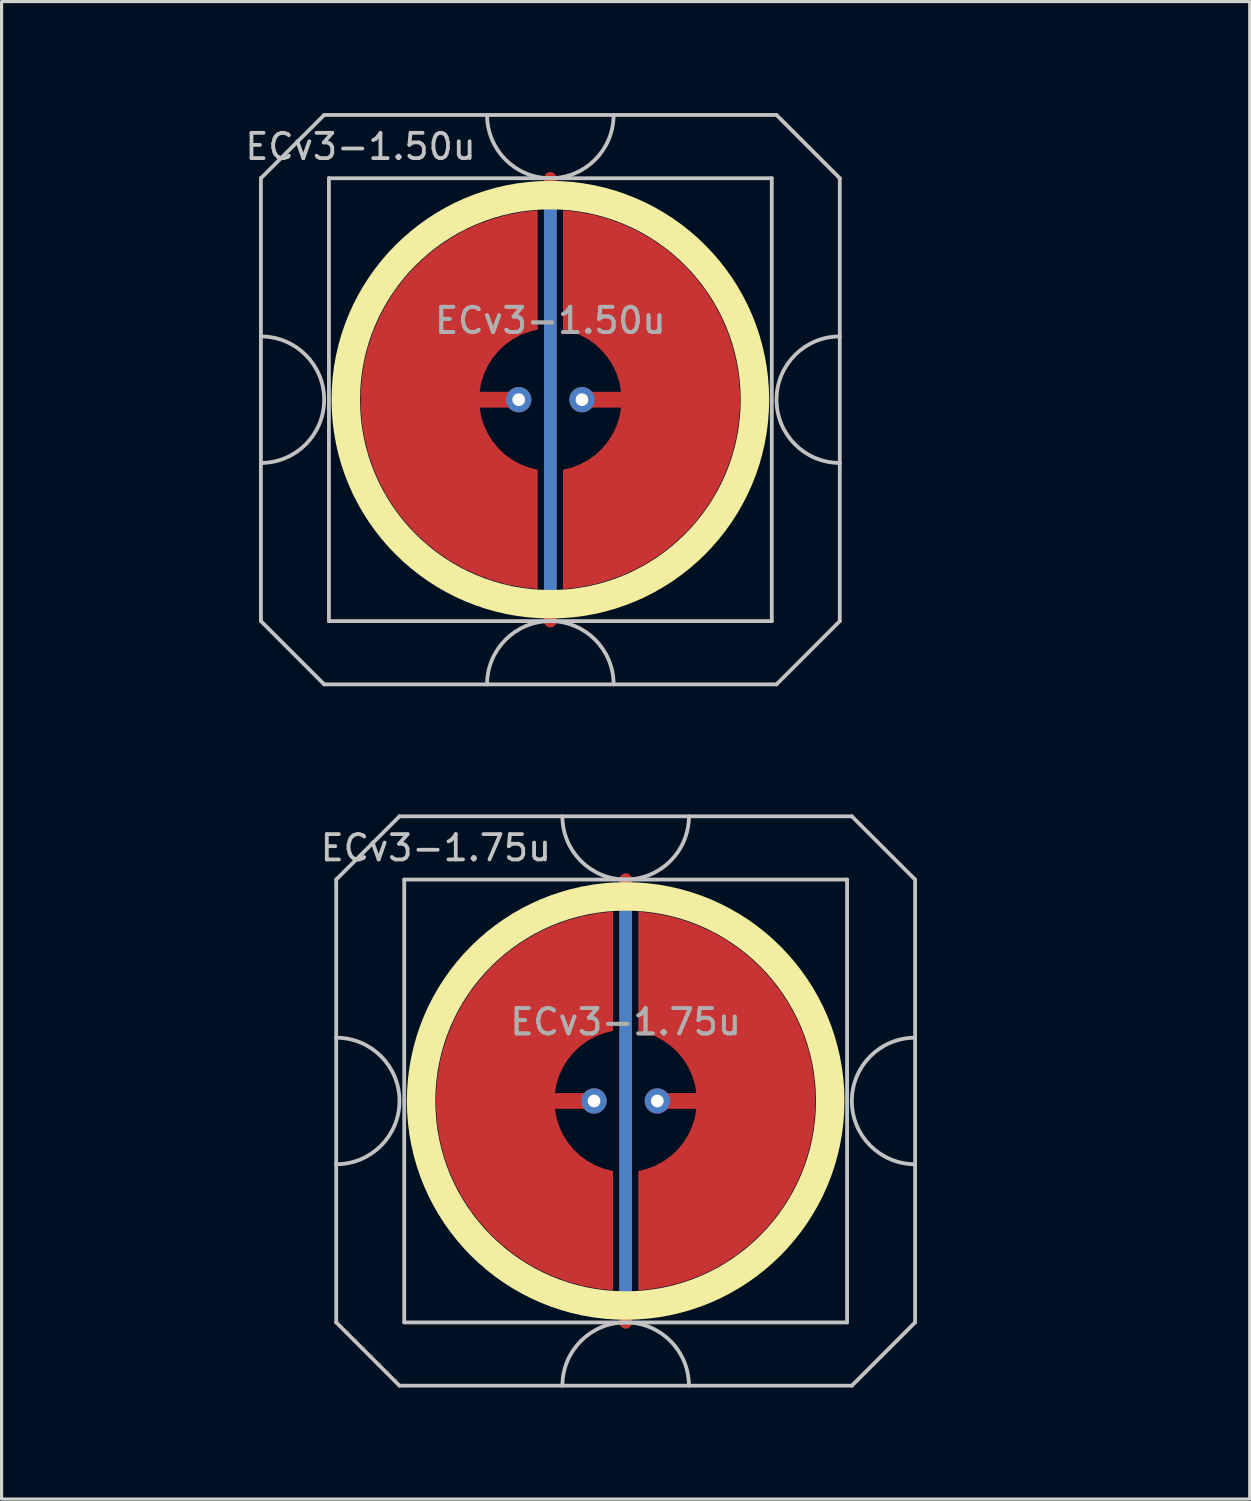
<source format=kicad_pcb>
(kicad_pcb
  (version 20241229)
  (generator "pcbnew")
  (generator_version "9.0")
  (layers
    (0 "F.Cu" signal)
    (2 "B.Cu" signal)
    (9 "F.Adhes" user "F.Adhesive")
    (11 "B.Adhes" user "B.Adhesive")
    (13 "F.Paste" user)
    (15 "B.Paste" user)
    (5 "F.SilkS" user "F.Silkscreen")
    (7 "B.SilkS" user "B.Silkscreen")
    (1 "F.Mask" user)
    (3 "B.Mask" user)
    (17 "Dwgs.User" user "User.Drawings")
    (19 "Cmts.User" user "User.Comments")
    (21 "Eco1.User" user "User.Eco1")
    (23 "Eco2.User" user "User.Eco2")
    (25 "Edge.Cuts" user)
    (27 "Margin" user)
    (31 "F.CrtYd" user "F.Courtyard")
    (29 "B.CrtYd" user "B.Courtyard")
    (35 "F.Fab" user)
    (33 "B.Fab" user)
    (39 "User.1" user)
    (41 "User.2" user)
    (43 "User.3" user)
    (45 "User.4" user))
  (footprint "ECv3-1.50u"
    (layer "F.Cu")
    (at 14.348 9.585)
    (property "Reference" "ECv3-1.50u" (at -6 -8 0) (layer "Dwgs.User") (effects (font (size 0.8 0.8) (thickness 0.12))))
    (attr through_hole exclude_from_pos_files exclude_from_bom)
    (fp_circle (center 0 0) (end 6.467 0) (stroke (width 0.9) (type solid)) (fill no) (layer "F.SilkS"))
    (fp_line (start -9.15 -7) (end -9.15 -2) (stroke (width 0.12) (type solid)) (layer "Dwgs.User"))
    (fp_line (start -9.15 -2) (end -9.15 2) (stroke (width 0.12) (type solid)) (layer "Dwgs.User"))
    (fp_line (start -9.15 2) (end -9.15 7) (stroke (width 0.12) (type solid)) (layer "Dwgs.User"))
    (fp_line (start -9.15 7) (end -7.15 9) (stroke (width 0.12) (type solid)) (layer "Dwgs.User"))
    (fp_line (start -7.15 -9) (end -9.15 -7) (stroke (width 0.12) (type solid)) (layer "Dwgs.User"))
    (fp_line (start -7.15 9) (end 7.15 9) (stroke (width 0.12) (type solid)) (layer "Dwgs.User"))
    (fp_line (start -7 -7) (end -7 7) (stroke (width 0.12) (type solid)) (layer "Dwgs.User"))
    (fp_line (start -7 7) (end 7 7) (stroke (width 0.12) (type solid)) (layer "Dwgs.User"))
    (fp_line (start 7 -7) (end -7 -7) (stroke (width 0.12) (type solid)) (layer "Dwgs.User"))
    (fp_line (start 7 7) (end 7 -7) (stroke (width 0.12) (type solid)) (layer "Dwgs.User"))
    (fp_line (start 7.15 -9) (end -7.15 -9) (stroke (width 0.12) (type solid)) (layer "Dwgs.User"))
    (fp_line (start 7.15 -9) (end 9.15 -7) (stroke (width 0.12) (type solid)) (layer "Dwgs.User"))
    (fp_line (start 7.15 9) (end 9.15 7) (stroke (width 0.12) (type solid)) (layer "Dwgs.User"))
    (fp_line (start 9.15 -2) (end 9.15 -7) (stroke (width 0.12) (type solid)) (layer "Dwgs.User"))
    (fp_line (start 9.15 -2) (end 9.15 2) (stroke (width 0.12) (type solid)) (layer "Dwgs.User"))
    (fp_line (start 9.15 7) (end 9.15 2) (stroke (width 0.12) (type solid)) (layer "Dwgs.User"))
    (fp_arc (start -9.15 -2) (mid -7.15 0) (end -9.15 2) (stroke (width 0.12) (type solid)) (layer "Dwgs.User"))
    (fp_arc (start -2 9) (mid 0 7) (end 2 9) (stroke (width 0.12) (type solid)) (layer "Dwgs.User"))
    (fp_arc (start 2 -9) (mid 0 -7) (end -2 -9) (stroke (width 0.12) (type solid)) (layer "Dwgs.User"))
    (fp_arc (start 9.15 2) (mid 7.15 0) (end 9.15 -2) (stroke (width 0.12) (type solid)) (layer "Dwgs.User"))
    (fp_line (start -14.287 -9.525) (end -14.287 9.525) (stroke (width 0.12) (type solid)) (layer "User.2"))
    (fp_line (start -14.287 -9.525) (end 14.287 -9.525) (stroke (width 0.12) (type solid)) (layer "User.2"))
    (fp_line (start -14.287 9.525) (end 14.287 9.525) (stroke (width 0.12) (type solid)) (layer "User.2"))
    (fp_line (start 14.287 -9.525) (end 14.287 9.525) (stroke (width 0.12) (type solid)) (layer "User.2"))
    (fp_text user "${REFERENCE}" (at 0 -2.5 0) (layer "F.Fab") (effects (font (size 0.8 0.8) (thickness 0.12))))
    (fp_text user "${REFERENCE}" (at 0 -2.5 0) (layer "F.Fab") (effects (font (size 0.8 0.8) (thickness 0.12))))
    (pad "1" smd custom (at -1 0) (size 0.4 0.4) (layers "F.Cu") (options (anchor circle)) (primitives (gr_poly (pts (xy 0.6 -2.214) (xy 0.32 -2.145) (xy 0.052 -2.041) (xy -0.201 -1.903) (xy -0.434 -1.734) (xy -0.644 -1.536) (xy -0.826 -1.314) (xy -0.979 -1.07) (xy -1.1 -0.808) (xy -1.186 -0.534) (xy -1.236 -0.25) (xy 0 -0.25) (xy 0.096 -0.231) (xy 0.177 -0.177) (xy 0.231 -0.096) (xy 0.25 0) (xy 0.231 0.096) (xy 0.177 0.177) (xy 0.096 0.231) (xy 0 0.25) (xy -1.236 0.25) (xy -1.186 0.534) (xy -1.1 0.808) (xy -0.979 1.07) (xy -0.826 1.314) (xy -0.644 1.536) (xy -0.434 1.734) (xy -0.201 1.903) (xy 0.052 2.041) (xy 0.32 2.145) (xy 0.6 2.214) (xy 0.6 5.987) (xy 0.115 5.934) (xy -0.364 5.843) (xy -0.834 5.713) (xy -1.292 5.545) (xy -1.735 5.341) (xy -2.159 5.101) (xy -2.563 4.827) (xy -2.943 4.522) (xy -3.298 4.187) (xy -3.623 3.824) (xy -3.919 3.436) (xy -4.182 3.025) (xy -4.41 2.594) (xy -4.603 2.147) (xy -4.759 1.684) (xy -4.876 1.211) (xy -4.955 0.73) (xy -4.995 0.244) (xy -4.995 -0.244) (xy -4.955 -0.73) (xy -4.876 -1.211) (xy -4.759 -1.684) (xy -4.603 -2.147) (xy -4.41 -2.594) (xy -4.182 -3.025) (xy -3.919 -3.436) (xy -3.623 -3.824) (xy -3.298 -4.187) (xy -2.943 -4.522) (xy -2.563 -4.827) (xy -2.159 -5.101) (xy -1.735 -5.341) (xy -1.292 -5.545) (xy -0.834 -5.713) (xy -0.364 -5.843) (xy 0.115 -5.934) (xy 0.6 -5.987)) (width 0) (fill yes))))
    (pad "1" thru_hole circle (at -1 0) (size 0.8 0.8) (drill 0.4) (layers "*.Cu"))
    (pad "2" smd custom (at 1 0 180) (size 0.4 0.4) (layers "F.Cu") (options (anchor circle)) (primitives (gr_poly (pts (xy 0.6 -2.214) (xy 0.32 -2.145) (xy 0.052 -2.041) (xy -0.201 -1.903) (xy -0.434 -1.734) (xy -0.644 -1.536) (xy -0.826 -1.314) (xy -0.979 -1.07) (xy -1.1 -0.808) (xy -1.186 -0.534) (xy -1.236 -0.25) (xy 0 -0.25) (xy 0.096 -0.231) (xy 0.177 -0.177) (xy 0.231 -0.096) (xy 0.25 0) (xy 0.231 0.096) (xy 0.177 0.177) (xy 0.096 0.231) (xy 0 0.25) (xy -1.236 0.25) (xy -1.186 0.534) (xy -1.1 0.808) (xy -0.979 1.07) (xy -0.826 1.314) (xy -0.644 1.536) (xy -0.434 1.734) (xy -0.201 1.903) (xy 0.052 2.041) (xy 0.32 2.145) (xy 0.6 2.214) (xy 0.6 5.987) (xy 0.115 5.934) (xy -0.364 5.843) (xy -0.834 5.713) (xy -1.292 5.545) (xy -1.735 5.341) (xy -2.159 5.101) (xy -2.563 4.827) (xy -2.943 4.522) (xy -3.298 4.187) (xy -3.623 3.824) (xy -3.919 3.436) (xy -4.182 3.025) (xy -4.41 2.594) (xy -4.603 2.147) (xy -4.759 1.684) (xy -4.876 1.211) (xy -4.955 0.73) (xy -4.995 0.244) (xy -4.995 -0.244) (xy -4.955 -0.73) (xy -4.876 -1.211) (xy -4.759 -1.684) (xy -4.603 -2.147) (xy -4.41 -2.594) (xy -4.182 -3.025) (xy -3.919 -3.436) (xy -3.623 -3.824) (xy -3.298 -4.187) (xy -2.943 -4.522) (xy -2.563 -4.827) (xy -2.159 -5.101) (xy -1.735 -5.341) (xy -1.292 -5.545) (xy -0.834 -5.713) (xy -0.364 -5.843) (xy 0.115 -5.934) (xy 0.6 -5.987)) (width 0) (fill yes))))
    (pad "2" thru_hole circle (at 1 0) (size 0.8 0.8) (drill 0.4) (layers "*.Cu"))
    (pad "3" smd custom (at 0 0) (size 0.4 0.4) (layers "F.Cu") (options (anchor rect)) (primitives (gr_line (start 0 -7) (end 0 7) (width 0.4))))
    (pad "3" smd custom (at 0 0) (size 0.4 0.4) (layers "B.Cu") (options (anchor rect)) (primitives (gr_line (start 0 -6.5) (end 0 6.5) (width 0.4))))
    (zone (net_name "") (layer "F.Cu") (hatch edge 0.508) (connect_pads) (min_thickness 0.254) (filled_areas_thickness no) (keepout (tracks allowed) (vias allowed) (pads allowed) (copperpour not_allowed) (footprints allowed)) (placement (enabled no)) (fill) (polygon (pts (xy 21.352 9.585) (xy 21.334 9.072) (xy 21.277 8.562) (xy 21.184 8.057) (xy 21.053 7.56) (xy 20.887 7.075) (xy 20.686 6.602) (xy 20.45 6.146) (xy 20.182 5.709) (xy 19.882 5.292) (xy 19.553 4.898) (xy 19.196 4.529) (xy 18.813 4.188) (xy 18.405 3.875) (xy 17.976 3.593) (xy 17.528 3.344) (xy 17.062 3.127) (xy 16.582 2.946) (xy 16.09 2.8) (xy 15.588 2.691) (xy 15.08 2.618) (xy 14.568 2.584) (xy 14.054 2.586) (xy 13.542 2.627) (xy 13.035 2.704) (xy 12.534 2.819) (xy 12.044 2.97) (xy 11.566 3.156) (xy 11.102 3.377) (xy 10.656 3.632) (xy 10.23 3.918) (xy 9.826 4.235) (xy 9.446 4.58) (xy 9.093 4.953) (xy 8.768 5.35) (xy 8.473 5.77) (xy 8.209 6.21) (xy 7.978 6.669) (xy 7.782 7.143) (xy 7.621 7.631) (xy 7.496 8.129) (xy 7.407 8.634) (xy 7.356 9.145) (xy 7.343 9.658) (xy 7.367 10.171) (xy 7.429 10.681) (xy 7.528 11.185) (xy 7.663 11.68) (xy 7.835 12.164) (xy 8.041 12.634) (xy 8.281 13.087) (xy 8.554 13.522) (xy 8.858 13.936) (xy 9.191 14.326) (xy 9.552 14.691) (xy 9.939 15.029) (xy 10.35 15.337) (xy 10.782 15.614) (xy 11.233 15.859) (xy 11.701 16.071) (xy 12.183 16.247) (xy 12.677 16.388) (xy 13.179 16.492) (xy 13.688 16.559) (xy 14.201 16.588) (xy 14.714 16.58) (xy 15.225 16.535) (xy 15.732 16.452) (xy 16.231 16.332) (xy 16.72 16.176) (xy 17.197 15.984) (xy 17.658 15.758) (xy 18.101 15.499) (xy 18.524 15.209) (xy 18.925 14.888) (xy 19.301 14.538) (xy 19.65 14.162) (xy 19.971 13.761) (xy 20.262 13.338) (xy 20.521 12.895) (xy 20.747 12.434) (xy 20.938 11.958) (xy 21.094 11.469) (xy 21.214 10.97) (xy 21.297 10.463) (xy 21.343 9.952))))
    (zone (net_name "") (layer "B.Cu") (hatch edge 0.508) (connect_pads) (min_thickness 0.254) (filled_areas_thickness no) (keepout (tracks allowed) (vias allowed) (pads allowed) (copperpour not_allowed) (footprints allowed)) (placement (enabled no)) (fill) (polygon (pts (xy 20.906 9.585) (xy 20.886 9.07) (xy 20.825 8.559) (xy 20.725 8.054) (xy 20.585 7.558) (xy 20.407 7.075) (xy 20.191 6.608) (xy 19.939 6.158) (xy 19.653 5.73) (xy 19.334 5.326) (xy 18.985 4.948) (xy 18.607 4.598) (xy 18.202 4.279) (xy 17.774 3.993) (xy 17.325 3.742) (xy 16.857 3.526) (xy 16.374 3.348) (xy 15.878 3.208) (xy 15.373 3.107) (xy 14.862 3.047) (xy 14.348 3.027) (xy 13.833 3.047) (xy 13.322 3.107) (xy 12.817 3.208) (xy 12.321 3.348) (xy 11.838 3.526) (xy 11.37 3.742) (xy 10.921 3.993) (xy 10.493 4.279) (xy 10.088 4.598) (xy 9.71 4.948) (xy 9.361 5.326) (xy 9.042 5.73) (xy 8.756 6.158) (xy 8.504 6.608) (xy 8.288 7.075) (xy 8.11 7.558) (xy 7.97 8.054) (xy 7.87 8.559) (xy 7.809 9.07) (xy 7.789 9.585) (xy 7.809 10.1) (xy 7.87 10.611) (xy 7.97 11.116) (xy 8.11 11.612) (xy 8.288 12.095) (xy 8.504 12.562) (xy 8.756 13.012) (xy 9.042 13.44) (xy 9.361 13.844) (xy 9.71 14.222) (xy 10.088 14.572) (xy 10.493 14.891) (xy 10.921 15.177) (xy 11.37 15.428) (xy 11.838 15.644) (xy 12.321 15.822) (xy 12.817 15.962) (xy 13.322 16.063) (xy 13.833 16.123) (xy 14.348 16.143) (xy 14.862 16.123) (xy 15.373 16.063) (xy 15.878 15.962) (xy 16.374 15.822) (xy 16.857 15.644) (xy 17.325 15.428) (xy 17.774 15.177) (xy 18.202 14.891) (xy 18.607 14.572) (xy 18.985 14.222) (xy 19.334 13.844) (xy 19.653 13.44) (xy 19.939 13.012) (xy 20.191 12.562) (xy 20.407 12.095) (xy 20.585 11.612) (xy 20.725 11.116) (xy 20.825 10.611) (xy 20.886 10.1)))))
  (footprint "ECv3-1.75u"
    (layer "F.Cu")
    (at 16.729 31.755)
    (property "Reference" "ECv3-1.75u" (at -6 -8 0) (layer "Dwgs.User") (effects (font (size 0.8 0.8) (thickness 0.12))))
    (attr through_hole exclude_from_pos_files exclude_from_bom)
    (fp_circle (center 0 0) (end 6.467 0) (stroke (width 0.9) (type solid)) (fill no) (layer "F.SilkS"))
    (fp_line (start -9.15 -7) (end -9.15 -2) (stroke (width 0.12) (type solid)) (layer "Dwgs.User"))
    (fp_line (start -9.15 -2) (end -9.15 2) (stroke (width 0.12) (type solid)) (layer "Dwgs.User"))
    (fp_line (start -9.15 2) (end -9.15 7) (stroke (width 0.12) (type solid)) (layer "Dwgs.User"))
    (fp_line (start -9.15 7) (end -7.15 9) (stroke (width 0.12) (type solid)) (layer "Dwgs.User"))
    (fp_line (start -7.15 -9) (end -9.15 -7) (stroke (width 0.12) (type solid)) (layer "Dwgs.User"))
    (fp_line (start -7.15 9) (end 7.15 9) (stroke (width 0.12) (type solid)) (layer "Dwgs.User"))
    (fp_line (start -7 -7) (end -7 7) (stroke (width 0.12) (type solid)) (layer "Dwgs.User"))
    (fp_line (start -7 7) (end 7 7) (stroke (width 0.12) (type solid)) (layer "Dwgs.User"))
    (fp_line (start 7 -7) (end -7 -7) (stroke (width 0.12) (type solid)) (layer "Dwgs.User"))
    (fp_line (start 7 7) (end 7 -7) (stroke (width 0.12) (type solid)) (layer "Dwgs.User"))
    (fp_line (start 7.15 -9) (end -7.15 -9) (stroke (width 0.12) (type solid)) (layer "Dwgs.User"))
    (fp_line (start 7.15 -9) (end 9.15 -7) (stroke (width 0.12) (type solid)) (layer "Dwgs.User"))
    (fp_line (start 7.15 9) (end 9.15 7) (stroke (width 0.12) (type solid)) (layer "Dwgs.User"))
    (fp_line (start 9.15 -2) (end 9.15 -7) (stroke (width 0.12) (type solid)) (layer "Dwgs.User"))
    (fp_line (start 9.15 -2) (end 9.15 2) (stroke (width 0.12) (type solid)) (layer "Dwgs.User"))
    (fp_line (start 9.15 7) (end 9.15 2) (stroke (width 0.12) (type solid)) (layer "Dwgs.User"))
    (fp_arc (start -9.15 -2) (mid -7.15 0) (end -9.15 2) (stroke (width 0.12) (type solid)) (layer "Dwgs.User"))
    (fp_arc (start -2 9) (mid 0 7) (end 2 9) (stroke (width 0.12) (type solid)) (layer "Dwgs.User"))
    (fp_arc (start 2 -9) (mid 0 -7) (end -2 -9) (stroke (width 0.12) (type solid)) (layer "Dwgs.User"))
    (fp_arc (start 9.15 2) (mid 7.15 0) (end 9.15 -2) (stroke (width 0.12) (type solid)) (layer "Dwgs.User"))
    (fp_line (start -16.669 -9.525) (end -16.669 9.525) (stroke (width 0.12) (type solid)) (layer "User.2"))
    (fp_line (start -16.669 -9.525) (end 16.669 -9.525) (stroke (width 0.12) (type solid)) (layer "User.2"))
    (fp_line (start -16.669 9.525) (end 16.669 9.525) (stroke (width 0.12) (type solid)) (layer "User.2"))
    (fp_line (start 16.669 -9.525) (end 16.669 9.525) (stroke (width 0.12) (type solid)) (layer "User.2"))
    (fp_text user "${REFERENCE}" (at 0 -2.5 0) (layer "F.Fab") (effects (font (size 0.8 0.8) (thickness 0.12))))
    (fp_text user "${REFERENCE}" (at 0 -2.5 0) (layer "F.Fab") (effects (font (size 0.8 0.8) (thickness 0.12))))
    (pad "1" smd custom (at -1 0) (size 0.4 0.4) (layers "F.Cu") (options (anchor circle)) (primitives (gr_poly (pts (xy 0.6 -2.214) (xy 0.32 -2.145) (xy 0.052 -2.041) (xy -0.201 -1.903) (xy -0.434 -1.734) (xy -0.644 -1.536) (xy -0.826 -1.314) (xy -0.979 -1.07) (xy -1.1 -0.808) (xy -1.186 -0.534) (xy -1.236 -0.25) (xy 0 -0.25) (xy 0.096 -0.231) (xy 0.177 -0.177) (xy 0.231 -0.096) (xy 0.25 0) (xy 0.231 0.096) (xy 0.177 0.177) (xy 0.096 0.231) (xy 0 0.25) (xy -1.236 0.25) (xy -1.186 0.534) (xy -1.1 0.808) (xy -0.979 1.07) (xy -0.826 1.314) (xy -0.644 1.536) (xy -0.434 1.734) (xy -0.201 1.903) (xy 0.052 2.041) (xy 0.32 2.145) (xy 0.6 2.214) (xy 0.6 5.987) (xy 0.115 5.934) (xy -0.364 5.843) (xy -0.834 5.713) (xy -1.292 5.545) (xy -1.735 5.341) (xy -2.159 5.101) (xy -2.563 4.827) (xy -2.943 4.522) (xy -3.298 4.187) (xy -3.623 3.824) (xy -3.919 3.436) (xy -4.182 3.025) (xy -4.41 2.594) (xy -4.603 2.147) (xy -4.759 1.684) (xy -4.876 1.211) (xy -4.955 0.73) (xy -4.995 0.244) (xy -4.995 -0.244) (xy -4.955 -0.73) (xy -4.876 -1.211) (xy -4.759 -1.684) (xy -4.603 -2.147) (xy -4.41 -2.594) (xy -4.182 -3.025) (xy -3.919 -3.436) (xy -3.623 -3.824) (xy -3.298 -4.187) (xy -2.943 -4.522) (xy -2.563 -4.827) (xy -2.159 -5.101) (xy -1.735 -5.341) (xy -1.292 -5.545) (xy -0.834 -5.713) (xy -0.364 -5.843) (xy 0.115 -5.934) (xy 0.6 -5.987)) (width 0) (fill yes))))
    (pad "1" thru_hole circle (at -1 0) (size 0.8 0.8) (drill 0.4) (layers "*.Cu"))
    (pad "2" smd custom (at 1 0 180) (size 0.4 0.4) (layers "F.Cu") (options (anchor circle)) (primitives (gr_poly (pts (xy 0.6 -2.214) (xy 0.32 -2.145) (xy 0.052 -2.041) (xy -0.201 -1.903) (xy -0.434 -1.734) (xy -0.644 -1.536) (xy -0.826 -1.314) (xy -0.979 -1.07) (xy -1.1 -0.808) (xy -1.186 -0.534) (xy -1.236 -0.25) (xy 0 -0.25) (xy 0.096 -0.231) (xy 0.177 -0.177) (xy 0.231 -0.096) (xy 0.25 0) (xy 0.231 0.096) (xy 0.177 0.177) (xy 0.096 0.231) (xy 0 0.25) (xy -1.236 0.25) (xy -1.186 0.534) (xy -1.1 0.808) (xy -0.979 1.07) (xy -0.826 1.314) (xy -0.644 1.536) (xy -0.434 1.734) (xy -0.201 1.903) (xy 0.052 2.041) (xy 0.32 2.145) (xy 0.6 2.214) (xy 0.6 5.987) (xy 0.115 5.934) (xy -0.364 5.843) (xy -0.834 5.713) (xy -1.292 5.545) (xy -1.735 5.341) (xy -2.159 5.101) (xy -2.563 4.827) (xy -2.943 4.522) (xy -3.298 4.187) (xy -3.623 3.824) (xy -3.919 3.436) (xy -4.182 3.025) (xy -4.41 2.594) (xy -4.603 2.147) (xy -4.759 1.684) (xy -4.876 1.211) (xy -4.955 0.73) (xy -4.995 0.244) (xy -4.995 -0.244) (xy -4.955 -0.73) (xy -4.876 -1.211) (xy -4.759 -1.684) (xy -4.603 -2.147) (xy -4.41 -2.594) (xy -4.182 -3.025) (xy -3.919 -3.436) (xy -3.623 -3.824) (xy -3.298 -4.187) (xy -2.943 -4.522) (xy -2.563 -4.827) (xy -2.159 -5.101) (xy -1.735 -5.341) (xy -1.292 -5.545) (xy -0.834 -5.713) (xy -0.364 -5.843) (xy 0.115 -5.934) (xy 0.6 -5.987)) (width 0) (fill yes))))
    (pad "2" thru_hole circle (at 1 0) (size 0.8 0.8) (drill 0.4) (layers "*.Cu"))
    (pad "3" smd custom (at 0 0) (size 0.4 0.4) (layers "F.Cu") (options (anchor rect)) (primitives (gr_line (start 0 -7) (end 0 7) (width 0.4))))
    (pad "3" smd custom (at 0 0) (size 0.4 0.4) (layers "B.Cu") (options (anchor rect)) (primitives (gr_line (start 0 -6.5) (end 0 6.5) (width 0.4))))
    (zone (net_name "") (layer "F.Cu") (hatch edge 0.508) (connect_pads) (min_thickness 0.254) (filled_areas_thickness no) (keepout (tracks allowed) (vias allowed) (pads allowed) (copperpour not_allowed) (footprints allowed)) (placement (enabled no)) (fill) (polygon (pts (xy 23.734 31.755) (xy 23.715 31.242) (xy 23.659 30.732) (xy 23.565 30.227) (xy 23.435 29.73) (xy 23.268 29.245) (xy 23.067 28.772) (xy 22.832 28.316) (xy 22.563 27.879) (xy 22.264 27.462) (xy 21.934 27.068) (xy 21.577 26.699) (xy 21.194 26.358) (xy 20.787 26.045) (xy 20.357 25.763) (xy 19.909 25.514) (xy 19.443 25.297) (xy 18.963 25.116) (xy 18.471 24.97) (xy 17.969 24.861) (xy 17.461 24.788) (xy 16.949 24.754) (xy 16.435 24.756) (xy 15.924 24.797) (xy 15.416 24.874) (xy 14.916 24.989) (xy 14.425 25.14) (xy 13.947 25.326) (xy 13.483 25.547) (xy 13.037 25.802) (xy 12.611 26.088) (xy 12.207 26.405) (xy 11.828 26.75) (xy 11.474 27.123) (xy 11.149 27.52) (xy 10.854 27.94) (xy 10.59 28.38) (xy 10.36 28.839) (xy 10.163 29.313) (xy 10.002 29.801) (xy 9.877 30.299) (xy 9.789 30.804) (xy 9.738 31.315) (xy 9.724 31.828) (xy 9.748 32.341) (xy 9.81 32.851) (xy 9.909 33.355) (xy 10.044 33.85) (xy 10.216 34.334) (xy 10.422 34.804) (xy 10.662 35.257) (xy 10.935 35.692) (xy 11.239 36.106) (xy 11.572 36.496) (xy 11.934 36.861) (xy 12.32 37.199) (xy 12.731 37.507) (xy 13.163 37.784) (xy 13.614 38.029) (xy 14.082 38.241) (xy 14.564 38.417) (xy 15.058 38.558) (xy 15.561 38.662) (xy 16.07 38.729) (xy 16.582 38.758) (xy 17.095 38.75) (xy 17.607 38.705) (xy 18.113 38.622) (xy 18.613 38.502) (xy 19.102 38.346) (xy 19.578 38.154) (xy 20.039 37.928) (xy 20.482 37.669) (xy 20.905 37.379) (xy 21.306 37.058) (xy 21.682 36.708) (xy 22.031 36.332) (xy 22.352 35.931) (xy 22.643 35.508) (xy 22.902 35.065) (xy 23.128 34.604) (xy 23.32 34.128) (xy 23.476 33.639) (xy 23.595 33.14) (xy 23.678 32.633) (xy 23.724 32.122))))
    (zone (net_name "") (layer "B.Cu") (hatch edge 0.508) (connect_pads) (min_thickness 0.254) (filled_areas_thickness no) (keepout (tracks allowed) (vias allowed) (pads allowed) (copperpour not_allowed) (footprints allowed)) (placement (enabled no)) (fill) (polygon (pts (xy 23.287 31.755) (xy 23.267 31.24) (xy 23.206 30.729) (xy 23.106 30.224) (xy 22.966 29.728) (xy 22.788 29.245) (xy 22.572 28.778) (xy 22.321 28.328) (xy 22.034 27.9) (xy 21.716 27.496) (xy 21.366 27.118) (xy 20.988 26.768) (xy 20.584 26.449) (xy 20.155 26.163) (xy 19.706 25.912) (xy 19.238 25.696) (xy 18.755 25.518) (xy 18.26 25.378) (xy 17.755 25.277) (xy 17.243 25.217) (xy 16.729 25.197) (xy 16.214 25.217) (xy 15.703 25.277) (xy 15.198 25.378) (xy 14.702 25.518) (xy 14.219 25.696) (xy 13.751 25.912) (xy 13.302 26.163) (xy 12.874 26.449) (xy 12.47 26.768) (xy 12.091 27.118) (xy 11.742 27.496) (xy 11.423 27.9) (xy 11.137 28.328) (xy 10.885 28.778) (xy 10.67 29.245) (xy 10.491 29.728) (xy 10.352 30.224) (xy 10.251 30.729) (xy 10.191 31.24) (xy 10.17 31.755) (xy 10.191 32.27) (xy 10.251 32.781) (xy 10.352 33.286) (xy 10.491 33.782) (xy 10.67 34.265) (xy 10.885 34.732) (xy 11.137 35.182) (xy 11.423 35.61) (xy 11.742 36.014) (xy 12.091 36.392) (xy 12.47 36.742) (xy 12.874 37.061) (xy 13.302 37.347) (xy 13.751 37.598) (xy 14.219 37.814) (xy 14.702 37.992) (xy 15.198 38.132) (xy 15.703 38.233) (xy 16.214 38.293) (xy 16.729 38.313) (xy 17.243 38.293) (xy 17.755 38.233) (xy 18.26 38.132) (xy 18.755 37.992) (xy 19.238 37.814) (xy 19.706 37.598) (xy 20.155 37.347) (xy 20.584 37.061) (xy 20.988 36.742) (xy 21.366 36.392) (xy 21.716 36.014) (xy 22.034 35.61) (xy 22.321 35.182) (xy 22.572 34.732) (xy 22.788 34.265) (xy 22.966 33.782) (xy 23.106 33.286) (xy 23.206 32.781) (xy 23.267 32.27)))))
  (gr_rect
    (start -3 -3)
    (end 36.458 44.34)
    (stroke (width 0.1) (type default))
    (fill no)
    (layer "Edge.Cuts")))
</source>
